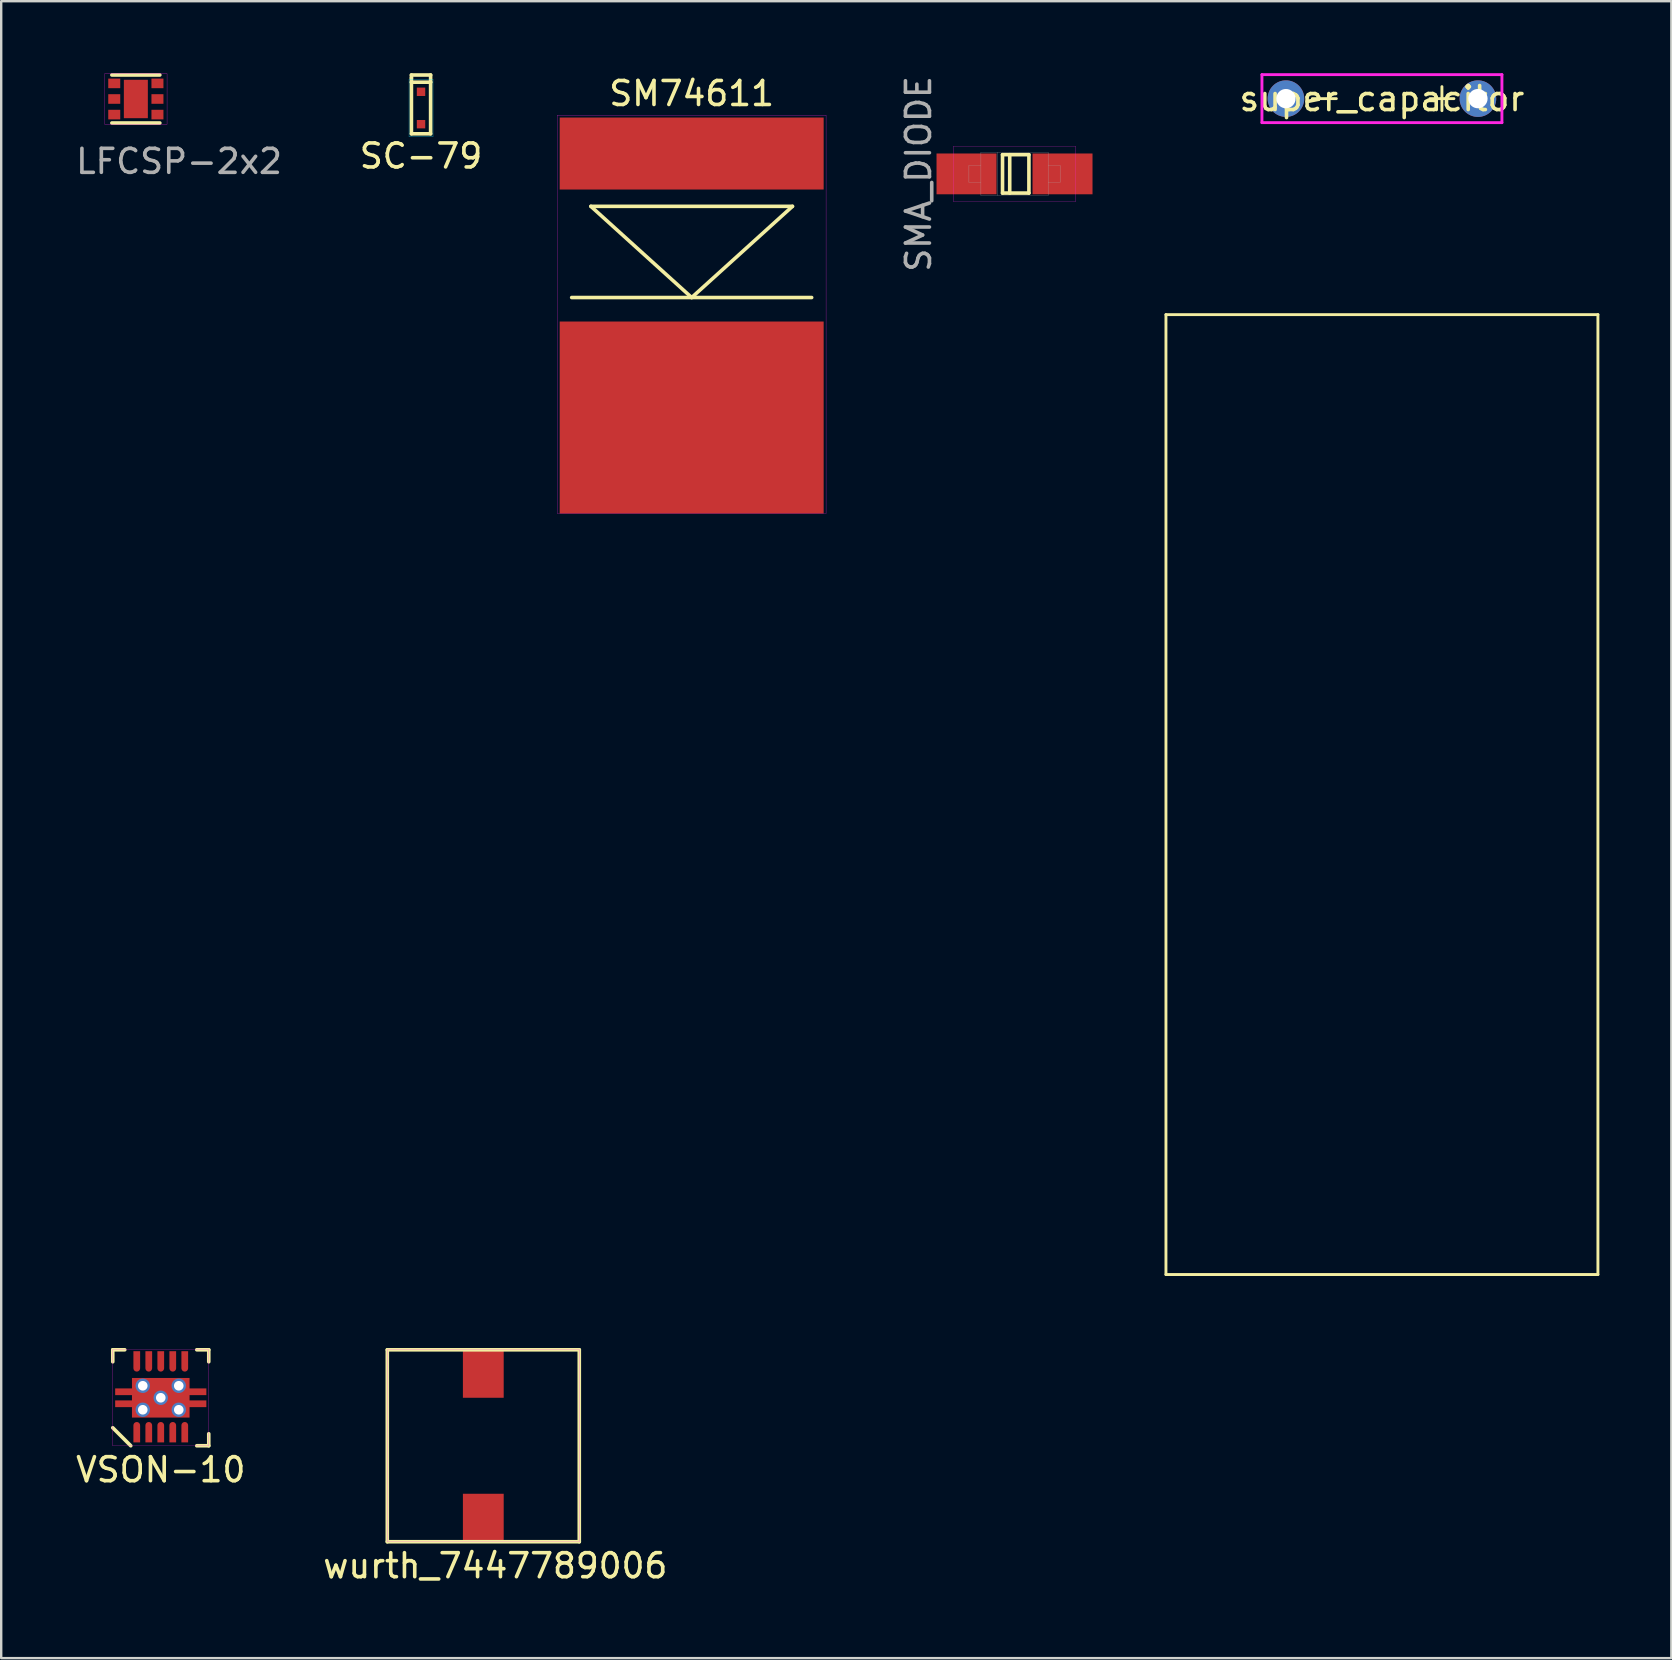
<source format=kicad_pcb>
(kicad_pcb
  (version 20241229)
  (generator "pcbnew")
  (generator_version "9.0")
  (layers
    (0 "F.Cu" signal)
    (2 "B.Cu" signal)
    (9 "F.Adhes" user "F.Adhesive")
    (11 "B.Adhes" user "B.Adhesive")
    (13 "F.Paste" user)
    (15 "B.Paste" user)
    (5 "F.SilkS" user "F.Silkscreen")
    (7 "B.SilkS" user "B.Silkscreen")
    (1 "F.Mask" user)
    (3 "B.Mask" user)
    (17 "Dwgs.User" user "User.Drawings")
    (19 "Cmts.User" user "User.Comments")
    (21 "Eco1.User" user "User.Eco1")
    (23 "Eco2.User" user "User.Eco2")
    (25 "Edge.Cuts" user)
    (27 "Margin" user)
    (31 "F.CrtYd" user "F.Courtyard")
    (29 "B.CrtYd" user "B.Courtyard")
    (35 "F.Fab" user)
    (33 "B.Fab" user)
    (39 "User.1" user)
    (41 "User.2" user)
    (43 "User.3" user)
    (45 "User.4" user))
  (footprint "SMA_DIODE"
    (layer "F.Cu")
    (at 39.225 4.196)
    (property "Reference" "SMA_DIODE" (at -4 0 90) (layer "F.Fab") (effects (font (size 1 1) (thickness 0.15))))
    (attr through_hole)
    (fp_line (start -0.5 -0.8) (end -0.5 0.8) (stroke (width 0.15) (type solid)) (layer "F.SilkS"))
    (fp_line (start -0.5 0.8) (end 0.6 0.8) (stroke (width 0.15) (type solid)) (layer "F.SilkS"))
    (fp_line (start -0.2 -0.8) (end -0.2 0.8) (stroke (width 0.15) (type solid)) (layer "F.SilkS"))
    (fp_line (start 0.6 -0.8) (end -0.5 -0.8) (stroke (width 0.15) (type solid)) (layer "F.SilkS"))
    (fp_line (start 0.6 0.8) (end 0.6 -0.8) (stroke (width 0.15) (type solid)) (layer "F.SilkS"))
    (fp_line (start -2.55 -1.15) (end 2.55 -1.15) (stroke (width 0.01) (type solid)) (layer "F.CrtYd"))
    (fp_line (start -2.55 1.15) (end -2.55 -1.15) (stroke (width 0.01) (type solid)) (layer "F.CrtYd"))
    (fp_line (start 2.55 -1.15) (end 2.55 1.15) (stroke (width 0.01) (type solid)) (layer "F.CrtYd"))
    (fp_line (start 2.55 1.15) (end -2.55 1.15) (stroke (width 0.01) (type solid)) (layer "F.CrtYd"))
    (fp_line (start -1.9 -0.35) (end -1.9 0.35) (stroke (width 0.01) (type solid)) (layer "F.Fab"))
    (fp_line (start -1.9 -0.35) (end -1.4 -0.35) (stroke (width 0.01) (type solid)) (layer "F.Fab"))
    (fp_line (start -1.9 0.35) (end -1.4 0.35) (stroke (width 0.01) (type solid)) (layer "F.Fab"))
    (fp_line (start -1.4 -0.9) (end 1.4 -0.9) (stroke (width 0.01) (type solid)) (layer "F.Fab"))
    (fp_line (start -1.4 0.9) (end -1.4 -0.9) (stroke (width 0.01) (type solid)) (layer "F.Fab"))
    (fp_line (start -0.7 -0.9) (end -0.7 0.9) (stroke (width 0.01) (type solid)) (layer "F.Fab"))
    (fp_line (start 1.4 -0.9) (end 1.4 0.9) (stroke (width 0.01) (type solid)) (layer "F.Fab"))
    (fp_line (start 1.4 0.9) (end -1.4 0.9) (stroke (width 0.01) (type solid)) (layer "F.Fab"))
    (fp_line (start 1.9 -0.35) (end 1.4 -0.35) (stroke (width 0.01) (type solid)) (layer "F.Fab"))
    (fp_line (start 1.9 -0.35) (end 1.9 0.35) (stroke (width 0.01) (type solid)) (layer "F.Fab"))
    (fp_line (start 1.9 0.35) (end 1.4 0.35) (stroke (width 0.01) (type solid)) (layer "F.Fab"))
    (pad "1" smd rect (at -2 0) (size 2.5 1.7) (layers "F.Cu" "F.Mask" "F.Paste"))
    (pad "2" smd rect (at 2 0) (size 2.5 1.7) (layers "F.Cu" "F.Mask" "F.Paste")))
  (footprint "LFCSP-2x2"
    (layer "F.Cu")
    (at 2.611 1.075)
    (property "Reference" "LFCSP-2x2" (at 1.8 2.6 0) (layer "F.Fab") (effects (font (size 1 1) (thickness 0.15))))
    (attr through_hole)
    (fp_line (start -1 -1) (end 1 -1) (stroke (width 0.15) (type solid)) (layer "F.SilkS"))
    (fp_line (start 1 1) (end -1 1) (stroke (width 0.15) (type solid)) (layer "F.SilkS"))
    (fp_line (start -1.3 1.05) (end -1.3 -1.05) (stroke (width 0.01) (type solid)) (layer "F.CrtYd"))
    (fp_line (start -1.3 1.05) (end 1.3 1.05) (stroke (width 0.01) (type solid)) (layer "F.CrtYd"))
    (fp_line (start 1.3 -1.05) (end -1.3 -1.05) (stroke (width 0.01) (type solid)) (layer "F.CrtYd"))
    (fp_line (start 1.3 1.05) (end 1.3 -1.05) (stroke (width 0.01) (type solid)) (layer "F.CrtYd"))
    (pad "1" smd rect (at -0.9 -0.65) (size 0.5 0.4) (layers "F.Cu" "F.Mask" "F.Paste"))
    (pad "2" smd rect (at -0.9 0) (size 0.5 0.4) (layers "F.Cu" "F.Mask" "F.Paste"))
    (pad "3" smd rect (at -0.9 0.65) (size 0.5 0.4) (layers "F.Cu" "F.Mask" "F.Paste"))
    (pad "4" smd rect (at 0.9 0.65) (size 0.5 0.4) (layers "F.Cu" "F.Mask" "F.Paste"))
    (pad "5" smd rect (at 0.9 0) (size 0.5 0.4) (layers "F.Cu" "F.Mask" "F.Paste"))
    (pad "6" smd rect (at 0.9 -0.65) (size 0.5 0.4) (layers "F.Cu" "F.Mask" "F.Paste"))
    (pad "7" smd rect (at 0 0) (size 1 1.6) (layers "F.Cu" "F.Mask" "F.Paste")))
  (footprint "VSON-10"
    (layer "F.Cu")
    (at 3.649 55.195)
    (property "Reference" "VSON-10" (at 0 3 0) (layer "F.SilkS") (effects (font (size 1 1) (thickness 0.15))))
    (attr through_hole)
    (fp_line (start -2 -2) (end -2 -1.5) (stroke (width 0.15) (type solid)) (layer "F.SilkS"))
    (fp_line (start -1.5 -2) (end -2 -2) (stroke (width 0.15) (type solid)) (layer "F.SilkS"))
    (fp_line (start -1.25 2) (end -2 1.25) (stroke (width 0.15) (type solid)) (layer "F.SilkS"))
    (fp_line (start 1.5 -2) (end 2 -2) (stroke (width 0.15) (type solid)) (layer "F.SilkS"))
    (fp_line (start 2 -2) (end 2 -1.5) (stroke (width 0.15) (type solid)) (layer "F.SilkS"))
    (fp_line (start 2 1.5) (end 2 2) (stroke (width 0.15) (type solid)) (layer "F.SilkS"))
    (fp_line (start 2 2) (end 1.5 2) (stroke (width 0.15) (type solid)) (layer "F.SilkS"))
    (fp_line (start -2 -2) (end -2 2) (stroke (width 0.01) (type solid)) (layer "F.CrtYd"))
    (fp_line (start -2 2) (end 2 2) (stroke (width 0.01) (type solid)) (layer "F.CrtYd"))
    (fp_line (start 2 -2) (end -2 -2) (stroke (width 0.01) (type solid)) (layer "F.CrtYd"))
    (fp_line (start 2 2) (end 2 -2) (stroke (width 0.01) (type solid)) (layer "F.CrtYd"))
    (pad "1" smd custom (at -1 1.504) (size 0.28 0.71) (layers "F.Cu" "F.Mask" "F.Paste") (options (anchor rect)) (primitives (gr_circle (center 0 -0.355) (end 0.14 -0.355) (width 0) (fill yes))))
    (pad "2" smd custom (at -0.5 1.504) (size 0.28 0.71) (layers "F.Cu" "F.Mask" "F.Paste") (options (anchor rect)) (primitives (gr_circle (center 0 -0.355) (end 0.14 -0.355) (width 0) (fill yes))))
    (pad "3" smd custom (at 0 1.504) (size 0.28 0.71) (layers "F.Cu" "F.Mask" "F.Paste") (options (anchor rect)) (primitives (gr_circle (center 0 -0.355) (end 0.14 -0.355) (width 0) (fill yes))))
    (pad "4" smd custom (at 0.5 1.504) (size 0.28 0.71) (layers "F.Cu" "F.Mask" "F.Paste") (options (anchor rect)) (primitives (gr_circle (center 0 -0.355) (end 0.14 -0.355) (width 0) (fill yes))))
    (pad "5" smd custom (at 1 1.504) (size 0.28 0.71) (layers "F.Cu" "F.Mask" "F.Paste") (options (anchor rect)) (primitives (gr_circle (center 0 -0.355) (end 0.14 -0.355) (width 0) (fill yes))))
    (pad "6" smd custom (at 1 -1.585 180) (size 0.28 0.71) (layers "F.Cu" "F.Mask" "F.Paste") (options (anchor rect)) (primitives (gr_circle (center 0 -0.355) (end 0.14 -0.355) (width 0) (fill yes))))
    (pad "7" smd custom (at 0.5 -1.585 180) (size 0.28 0.71) (layers "F.Cu" "F.Mask" "F.Paste") (options (anchor rect)) (primitives (gr_circle (center 0 -0.355) (end 0.14 -0.355) (width 0) (fill yes))))
    (pad "8" smd custom (at 0 -1.585 180) (size 0.28 0.71) (layers "F.Cu" "F.Mask" "F.Paste") (options (anchor rect)) (primitives (gr_circle (center 0 -0.355) (end 0.14 -0.355) (width 0) (fill yes))))
    (pad "9" smd custom (at -0.5 -1.585 180) (size 0.28 0.71) (layers "F.Cu" "F.Mask" "F.Paste") (options (anchor rect)) (primitives (gr_circle (center 0 -0.355) (end 0.14 -0.355) (width 0) (fill yes))))
    (pad "10" smd custom (at -1 -1.585 180) (size 0.28 0.71) (layers "F.Cu" "F.Mask" "F.Paste") (options (anchor rect)) (primitives (gr_circle (center 0 -0.355) (end 0.14 -0.355) (width 0) (fill yes))))
    (pad "PAD" thru_hole circle (at -0.75 -0.5) (size 0.6 0.6) (drill 0.4) (layers "*.Cu" "*.Mask"))
    (pad "PAD" thru_hole circle (at -0.75 0.5) (size 0.6 0.6) (drill 0.4) (layers "*.Cu" "*.Mask"))
    (pad "PAD" thru_hole circle (at 0 0) (size 0.6 0.6) (drill 0.4) (layers "*.Cu" "*.Mask"))
    (pad "PAD" smd custom (at 0 0) (size 2.4 1.65) (layers "F.Cu" "F.Mask" "F.Paste") (options (anchor rect)) (primitives (gr_poly (pts (xy 1.2 0.825) (xy 1.2 0.39) (xy 1.9 0.39) (xy 1.9 0.11) (xy 1.2 0.11) (xy 1.2 -0.11) (xy 1.9 -0.11) (xy 1.9 -0.39) (xy 1.2 -0.39) (xy 1.2 -0.825) (xy -1.2 -0.825) (xy -1.2 -0.39) (xy -1.9 -0.39) (xy -1.9 -0.11) (xy -1.2 -0.11) (xy -1.2 0.11) (xy -1.9 0.11) (xy -1.9 0.39) (xy -1.2 0.39) (xy -1.2 0.825)) (width 0) (fill yes))))
    (pad "PAD" thru_hole circle (at 0.75 -0.5) (size 0.6 0.6) (drill 0.4) (layers "*.Cu" "*.Mask"))
    (pad "PAD" thru_hole circle (at 0.75 0.5) (size 0.6 0.6) (drill 0.4) (layers "*.Cu" "*.Mask")))
  (footprint "super_capacitor"
    (layer "F.Cu")
    (at 50.535 1.06)
    (property "Reference" "super_capacitor" (at 4 0 0) (layer "F.SilkS") (effects (font (size 1 1) (thickness 0.15))))
    (attr through_hole)
    (fp_line (start -5 9) (end -5 49) (stroke (width 0.12) (type solid)) (layer "F.SilkS"))
    (fp_line (start -5 9) (end 13 9) (stroke (width 0.12) (type solid)) (layer "F.SilkS"))
    (fp_line (start -5 49) (end 13 49) (stroke (width 0.12) (type solid)) (layer "F.SilkS"))
    (fp_line (start 1.1 0) (end 2.1 0) (stroke (width 0.12) (type solid)) (layer "F.SilkS"))
    (fp_line (start 6 0) (end 7 0) (stroke (width 0.12) (type solid)) (layer "F.SilkS"))
    (fp_line (start 6.5 -0.5) (end 6.5 0.5) (stroke (width 0.12) (type solid)) (layer "F.SilkS"))
    (fp_line (start 13 49) (end 13 9) (stroke (width 0.12) (type solid)) (layer "F.SilkS"))
    (fp_line (start -1 -1) (end -1 1) (stroke (width 0.12) (type solid)) (layer "F.CrtYd"))
    (fp_line (start -1 1) (end 9 1) (stroke (width 0.12) (type solid)) (layer "F.CrtYd"))
    (fp_line (start 9 -1) (end -1 -1) (stroke (width 0.12) (type solid)) (layer "F.CrtYd"))
    (fp_line (start 9 1) (end 9 -1) (stroke (width 0.12) (type solid)) (layer "F.CrtYd"))
    (pad "1" thru_hole circle (at 0 0) (size 1.524 1.524) (drill 0.805) (layers "*.Cu" "*.Mask"))
    (pad "2" thru_hole circle (at 8 0) (size 1.524 1.524) (drill 0.805) (layers "*.Cu" "*.Mask")))
  (footprint "wurth_7447789006"
    (layer "F.Cu")
    (at 17.089 54.195)
    (property "Reference" "wurth_7447789006" (at 0.5 8 0) (layer "F.SilkS") (effects (font (size 1 1) (thickness 0.15))))
    (attr through_hole)
    (fp_line (start -4 -1) (end -4 7) (stroke (width 0.15) (type solid)) (layer "F.SilkS"))
    (fp_line (start -4 7) (end 4 7) (stroke (width 0.15) (type solid)) (layer "F.SilkS"))
    (fp_line (start 4 -1) (end -4 -1) (stroke (width 0.15) (type solid)) (layer "F.SilkS"))
    (fp_line (start 4 7) (end 4 -1) (stroke (width 0.15) (type solid)) (layer "F.SilkS"))
    (fp_line (start -4 -1) (end 4 -1) (stroke (width 0.01) (type solid)) (layer "F.CrtYd"))
    (fp_line (start -4 7) (end -4 -1) (stroke (width 0.01) (type solid)) (layer "F.CrtYd"))
    (fp_line (start 4 -1) (end 4 7) (stroke (width 0.01) (type solid)) (layer "F.CrtYd"))
    (fp_line (start 4 7) (end -4 7) (stroke (width 0.01) (type solid)) (layer "F.CrtYd"))
    (pad "1" smd rect (at 0 0) (size 1.7 2) (layers "F.Cu" "F.Mask" "F.Paste"))
    (pad "2" smd rect (at 0 6) (size 1.7 2) (layers "F.Cu" "F.Mask" "F.Paste")))
  (footprint "SC-79"
    (layer "F.Cu")
    (at 14.494 1.45)
    (property "Reference" "SC-79" (at 0 2 0) (layer "F.SilkS") (effects (font (size 1 1) (thickness 0.15))))
    (attr through_hole)
    (fp_line (start -0.4 -1.375) (end 0.4 -1.375) (stroke (width 0.15) (type solid)) (layer "F.SilkS"))
    (fp_line (start -0.4 -1.25) (end -0.4 -1.375) (stroke (width 0.15) (type solid)) (layer "F.SilkS"))
    (fp_line (start -0.4 -1.075) (end -0.4 -1.25) (stroke (width 0.15) (type solid)) (layer "F.SilkS"))
    (fp_line (start -0.4 -1.075) (end 0.4 -1.075) (stroke (width 0.15) (type solid)) (layer "F.SilkS"))
    (fp_line (start -0.4 1.075) (end -0.4 -1.075) (stroke (width 0.15) (type solid)) (layer "F.SilkS"))
    (fp_line (start 0.4 -1.375) (end 0.4 -1.075) (stroke (width 0.15) (type solid)) (layer "F.SilkS"))
    (fp_line (start 0.4 -1.075) (end 0.4 1.075) (stroke (width 0.15) (type solid)) (layer "F.SilkS"))
    (fp_line (start 0.4 1.075) (end -0.4 1.075) (stroke (width 0.15) (type solid)) (layer "F.SilkS"))
    (fp_line (start -0.5 -1.2) (end -0.5 1.2) (stroke (width 0.01) (type solid)) (layer "B.CrtYd"))
    (fp_line (start -0.5 1.2) (end 0.5 1.2) (stroke (width 0.01) (type solid)) (layer "B.CrtYd"))
    (fp_line (start 0.5 -1.2) (end -0.5 -1.2) (stroke (width 0.01) (type solid)) (layer "B.CrtYd"))
    (fp_line (start 0.5 1.2) (end 0.5 -1.2) (stroke (width 0.01) (type solid)) (layer "B.CrtYd"))
    (pad "1" smd rect (at 0 -0.675) (size 0.35 0.35) (layers "F.Cu" "F.Mask" "F.Paste"))
    (pad "2" smd rect (at 0 0.675) (size 0.35 0.35) (layers "F.Cu" "F.Mask" "F.Paste")))
  (footprint "SM74611"
    (layer "F.Cu")
    (at 25.772 10.098)
    (property "Reference" "SM74611" (at 0 -9.25 0) (layer "F.SilkS") (effects (font (size 1 1) (thickness 0.15))))
    (attr through_hole)
    (fp_line (start -5 -0.75) (end 5 -0.75) (stroke (width 0.15) (type solid)) (layer "F.SilkS"))
    (fp_line (start -4.2 -4.55) (end 0 -0.75) (stroke (width 0.15) (type solid)) (layer "F.SilkS"))
    (fp_line (start 0 -0.75) (end 4.2 -4.55) (stroke (width 0.15) (type solid)) (layer "F.SilkS"))
    (fp_line (start 4.2 -4.55) (end -4.2 -4.55) (stroke (width 0.15) (type solid)) (layer "F.SilkS"))
    (fp_line (start -5.6 -8.35) (end 5.6 -8.35) (stroke (width 0.01) (type solid)) (layer "F.CrtYd"))
    (fp_line (start -5.6 8.25) (end -5.6 -8.35) (stroke (width 0.01) (type solid)) (layer "F.CrtYd"))
    (fp_line (start 5.6 -8.35) (end 5.6 8.25) (stroke (width 0.01) (type solid)) (layer "F.CrtYd"))
    (fp_line (start 5.6 8.25) (end -5.6 8.25) (stroke (width 0.01) (type solid)) (layer "F.CrtYd"))
    (pad "1" smd rect (at 0 -6.75) (size 11 3) (layers "F.Cu" "F.Mask" "F.Paste"))
    (pad "DAP" smd rect (at 0 4.25) (size 11 8) (layers "F.Cu" "F.Mask" "F.Paste")))
  (gr_rect
    (start -3 -3)
    (end 66.595 66.043)
    (stroke (width 0.1) (type default))
    (fill no)
    (layer "Edge.Cuts")))
</source>
